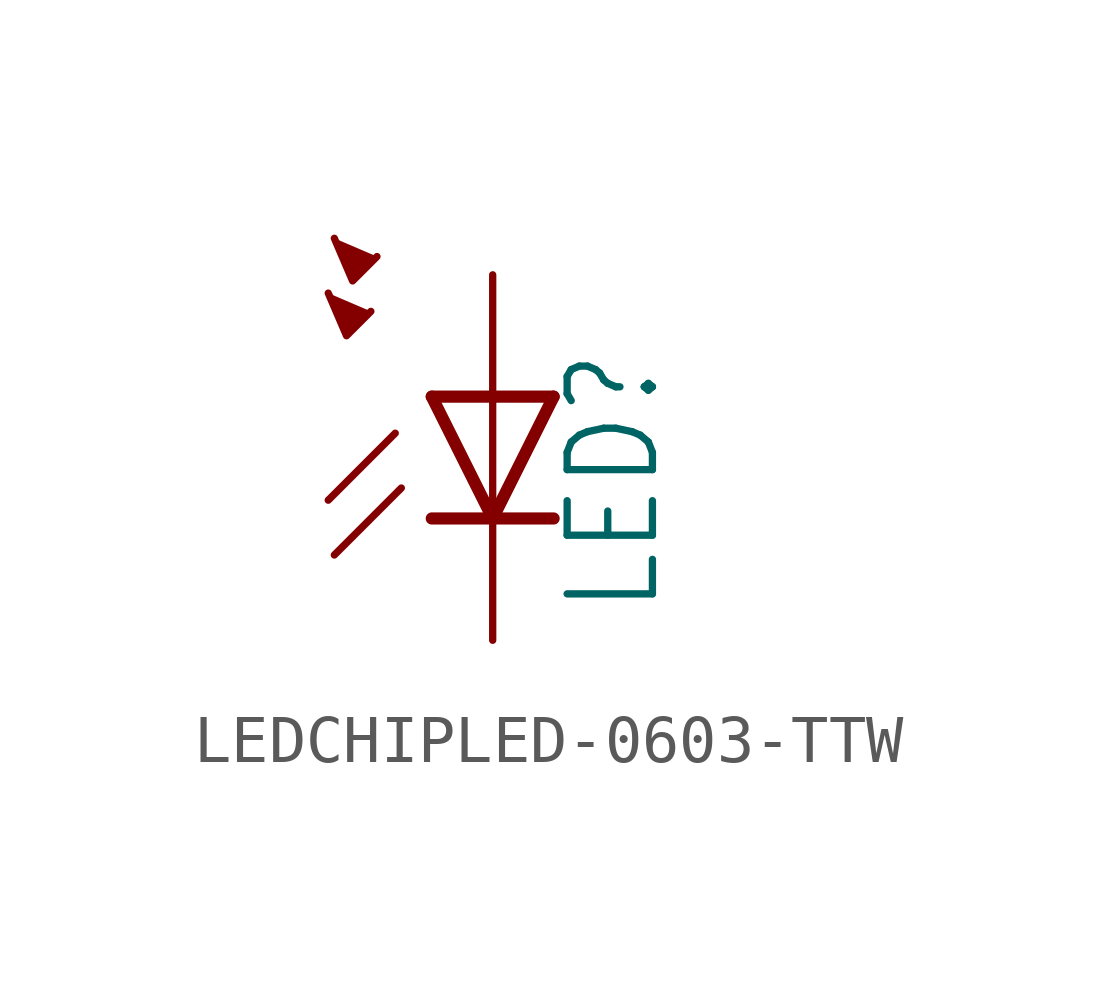
<source format=kicad_sym>
(kicad_symbol_lib
  (version 20241209)
  (generator "kicad_symbol_editor")
  (generator_version "9.0")
  (symbol "LEDCHIPLED-0603-TTW"
    (property "Reference" "LED"
      (at 3.556 -4.572 90)
      (effects (font (size 1.778 1.511)) (justify left bottom)))
    (property "Value" ""
      (at 5.715 -4.572 90)
      (effects (font (size 1.778 1.511)) (justify left bottom)))
    (property "ki_locked" ""
      (at 0 0 0)
      (effects (font (size 1.27 1.27))))
    (symbol "LEDCHIPLED-0603-TTW_1_0"
      (polyline (pts (xy -3.429 2.159) (xy -3.048 1.27) (xy -2.54 1.778)) (stroke (width 0.152) (type solid)) (fill (type outline)))
      (polyline (pts (xy -3.302 3.302) (xy -2.921 2.413) (xy -2.413 2.921)) (stroke (width 0.152) (type solid)) (fill (type outline)))
      (polyline (pts (xy -2.032 -0.762) (xy -3.429 -2.159)) (stroke (width 0.152) (type solid)) (fill (type none)))
      (polyline (pts (xy -1.905 -1.905) (xy -3.302 -3.302)) (stroke (width 0.152) (type solid)) (fill (type none)))
      (polyline (pts (xy 0 0) (xy -1.27 0)) (stroke (width 0.254) (type solid)) (fill (type none)))
      (polyline (pts (xy 0 0) (xy 0 -2.54)) (stroke (width 0.152) (type solid)) (fill (type none)))
      (polyline (pts (xy 0 -2.54) (xy -1.27 0)) (stroke (width 0.254) (type solid)) (fill (type none)))
      (polyline (pts (xy 0 -2.54) (xy -1.27 -2.54)) (stroke (width 0.254) (type solid)) (fill (type none)))
      (polyline (pts (xy 1.27 0) (xy 0 0)) (stroke (width 0.254) (type solid)) (fill (type none)))
      (polyline (pts (xy 1.27 0) (xy 0 -2.54)) (stroke (width 0.254) (type solid)) (fill (type none)))
      (polyline (pts (xy 1.27 -2.54) (xy 0 -2.54)) (stroke (width 0.254) (type solid)) (fill (type none)))
      (pin passive line (at 0 2.54 270) (length 2.54) (name "A" (effects (font (size 0 0)))) (number "A@1" (effects (font (size 0 0)))))
      (pin passive line (at 0 -5.08 90) (length 2.54) (name "C" (effects (font (size 0 0)))) (number "C@1" (effects (font (size 0 0))))))))
</source>
